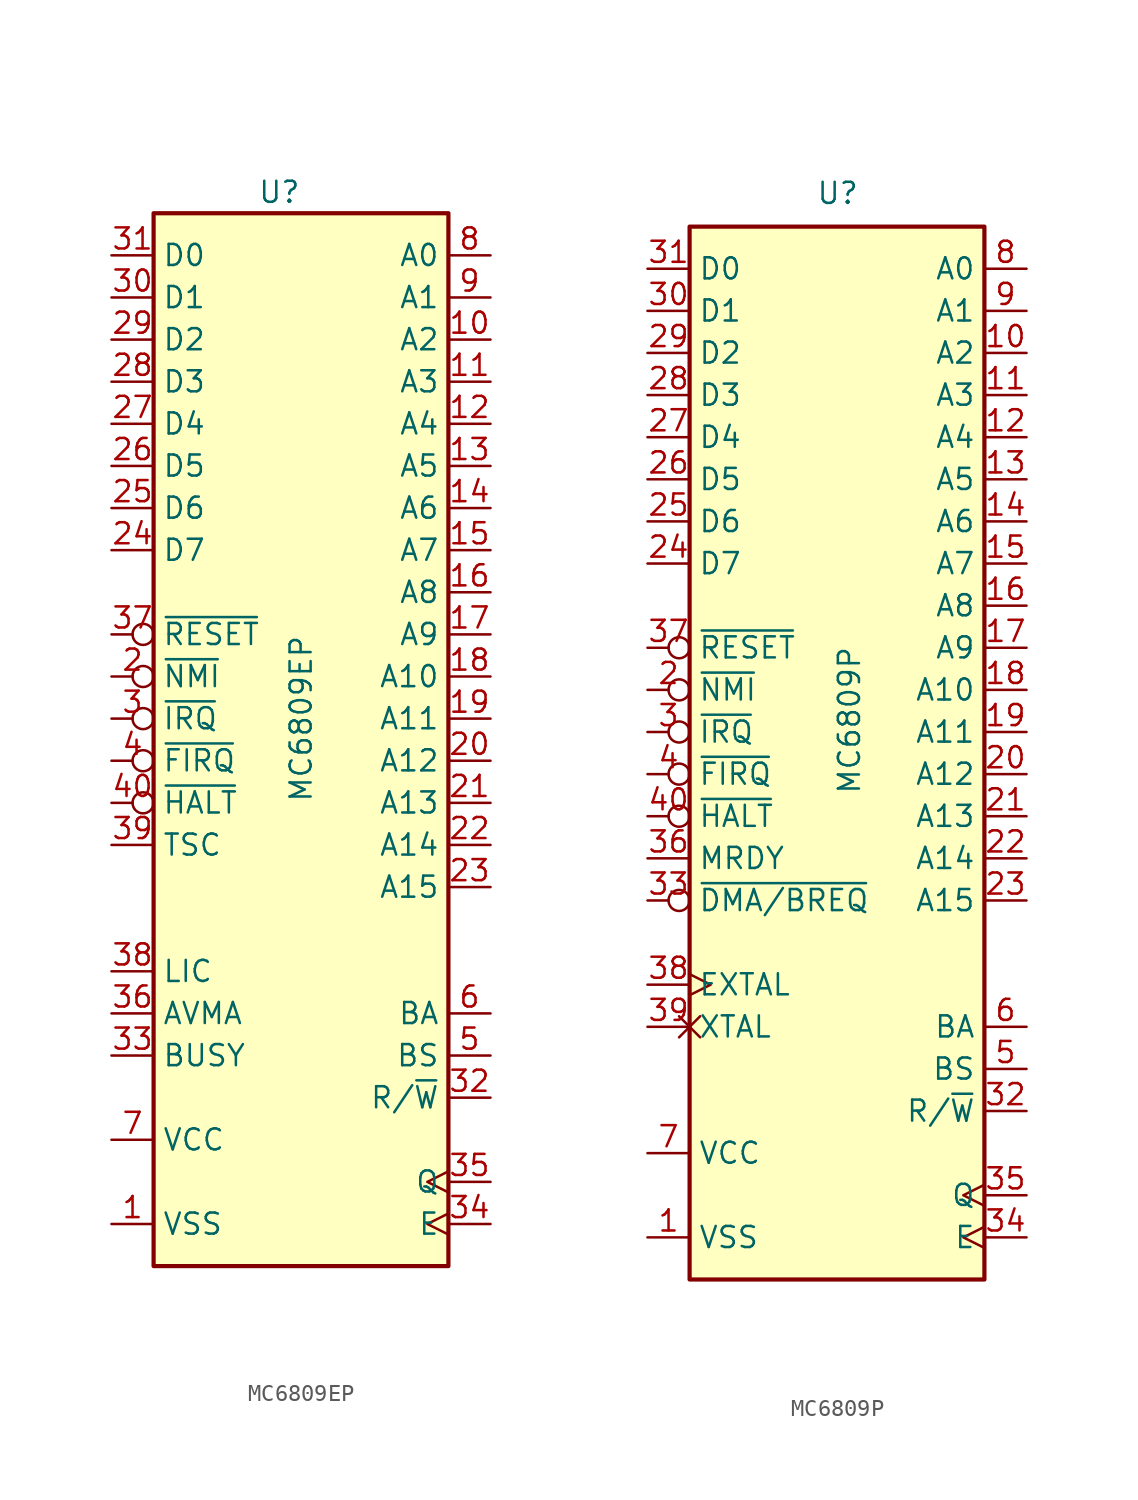
<source format=kicad_sym>
(kicad_symbol_lib
  (version 20231120)
  (generator "kicad_symbol_editor")
  (generator_version "8.0")
  (symbol "MC6809EP"
    (property "Reference" "U"
      (at 0 31.75 0)
      (effects (font (size 1.27 1.27)) (justify right)))
    (property "Value" "MC6809EP"
      (at 0 5.08 90)
      (effects (font (size 1.27 1.27)) (justify right)))
    (symbol "MC6809EP_0_1"
      (rectangle (start -8.89 -33.02) (end 8.89 30.48) (stroke (width 0.254) (type default)) (fill (type background))))
    (symbol "MC6809EP_1_1"
      (pin power_in line (at -11.43 -30.48 0) (length 2.54) (name "VSS" (effects (font (size 1.27 1.27)))) (number "1" (effects (font (size 1.27 1.27)))))
      (pin output line (at 11.43 22.86 180) (length 2.54) (name "A2" (effects (font (size 1.27 1.27)))) (number "10" (effects (font (size 1.27 1.27)))))
      (pin output line (at 11.43 20.32 180) (length 2.54) (name "A3" (effects (font (size 1.27 1.27)))) (number "11" (effects (font (size 1.27 1.27)))))
      (pin output line (at 11.43 17.78 180) (length 2.54) (name "A4" (effects (font (size 1.27 1.27)))) (number "12" (effects (font (size 1.27 1.27)))))
      (pin output line (at 11.43 15.24 180) (length 2.54) (name "A5" (effects (font (size 1.27 1.27)))) (number "13" (effects (font (size 1.27 1.27)))))
      (pin output line (at 11.43 12.7 180) (length 2.54) (name "A6" (effects (font (size 1.27 1.27)))) (number "14" (effects (font (size 1.27 1.27)))))
      (pin output line (at 11.43 10.16 180) (length 2.54) (name "A7" (effects (font (size 1.27 1.27)))) (number "15" (effects (font (size 1.27 1.27)))))
      (pin output line (at 11.43 7.62 180) (length 2.54) (name "A8" (effects (font (size 1.27 1.27)))) (number "16" (effects (font (size 1.27 1.27)))))
      (pin output line (at 11.43 5.08 180) (length 2.54) (name "A9" (effects (font (size 1.27 1.27)))) (number "17" (effects (font (size 1.27 1.27)))))
      (pin output line (at 11.43 2.54 180) (length 2.54) (name "A10" (effects (font (size 1.27 1.27)))) (number "18" (effects (font (size 1.27 1.27)))))
      (pin output line (at 11.43 0 180) (length 2.54) (name "A11" (effects (font (size 1.27 1.27)))) (number "19" (effects (font (size 1.27 1.27)))))
      (pin input inverted (at -11.43 2.54 0) (length 2.54) (name "~{NMI}" (effects (font (size 1.27 1.27)))) (number "2" (effects (font (size 1.27 1.27)))))
      (pin output line (at 11.43 -2.54 180) (length 2.54) (name "A12" (effects (font (size 1.27 1.27)))) (number "20" (effects (font (size 1.27 1.27)))))
      (pin output line (at 11.43 -5.08 180) (length 2.54) (name "A13" (effects (font (size 1.27 1.27)))) (number "21" (effects (font (size 1.27 1.27)))))
      (pin output line (at 11.43 -7.62 180) (length 2.54) (name "A14" (effects (font (size 1.27 1.27)))) (number "22" (effects (font (size 1.27 1.27)))))
      (pin output line (at 11.43 -10.16 180) (length 2.54) (name "A15" (effects (font (size 1.27 1.27)))) (number "23" (effects (font (size 1.27 1.27)))))
      (pin bidirectional line (at -11.43 10.16 0) (length 2.54) (name "D7" (effects (font (size 1.27 1.27)))) (number "24" (effects (font (size 1.27 1.27)))))
      (pin bidirectional line (at -11.43 12.7 0) (length 2.54) (name "D6" (effects (font (size 1.27 1.27)))) (number "25" (effects (font (size 1.27 1.27)))))
      (pin bidirectional line (at -11.43 15.24 0) (length 2.54) (name "D5" (effects (font (size 1.27 1.27)))) (number "26" (effects (font (size 1.27 1.27)))))
      (pin bidirectional line (at -11.43 17.78 0) (length 2.54) (name "D4" (effects (font (size 1.27 1.27)))) (number "27" (effects (font (size 1.27 1.27)))))
      (pin bidirectional line (at -11.43 20.32 0) (length 2.54) (name "D3" (effects (font (size 1.27 1.27)))) (number "28" (effects (font (size 1.27 1.27)))))
      (pin bidirectional line (at -11.43 22.86 0) (length 2.54) (name "D2" (effects (font (size 1.27 1.27)))) (number "29" (effects (font (size 1.27 1.27)))))
      (pin input inverted (at -11.43 0 0) (length 2.54) (name "~{IRQ}" (effects (font (size 1.27 1.27)))) (number "3" (effects (font (size 1.27 1.27)))))
      (pin bidirectional line (at -11.43 25.4 0) (length 2.54) (name "D1" (effects (font (size 1.27 1.27)))) (number "30" (effects (font (size 1.27 1.27)))))
      (pin bidirectional line (at -11.43 27.94 0) (length 2.54) (name "D0" (effects (font (size 1.27 1.27)))) (number "31" (effects (font (size 1.27 1.27)))))
      (pin output line (at 11.43 -22.86 180) (length 2.54) (name "R/~{W}" (effects (font (size 1.27 1.27)))) (number "32" (effects (font (size 1.27 1.27)))))
      (pin output line (at -11.43 -20.32 0) (length 2.54) (name "BUSY" (effects (font (size 1.27 1.27)))) (number "33" (effects (font (size 1.27 1.27)))))
      (pin input clock (at 11.43 -30.48 180) (length 2.54) (name "E" (effects (font (size 1.27 1.27)))) (number "34" (effects (font (size 1.27 1.27)))))
      (pin input clock (at 11.43 -27.94 180) (length 2.54) (name "Q" (effects (font (size 1.27 1.27)))) (number "35" (effects (font (size 1.27 1.27)))))
      (pin output line (at -11.43 -17.78 0) (length 2.54) (name "AVMA" (effects (font (size 1.27 1.27)))) (number "36" (effects (font (size 1.27 1.27)))))
      (pin input inverted (at -11.43 5.08 0) (length 2.54) (name "~{RESET}" (effects (font (size 1.27 1.27)))) (number "37" (effects (font (size 1.27 1.27)))))
      (pin output line (at -11.43 -15.24 0) (length 2.54) (name "LIC" (effects (font (size 1.27 1.27)))) (number "38" (effects (font (size 1.27 1.27)))))
      (pin input line (at -11.43 -7.62 0) (length 2.54) (name "TSC" (effects (font (size 1.27 1.27)))) (number "39" (effects (font (size 1.27 1.27)))))
      (pin input inverted (at -11.43 -2.54 0) (length 2.54) (name "~{FIRQ}" (effects (font (size 1.27 1.27)))) (number "4" (effects (font (size 1.27 1.27)))))
      (pin input inverted (at -11.43 -5.08 0) (length 2.54) (name "~{HALT}" (effects (font (size 1.27 1.27)))) (number "40" (effects (font (size 1.27 1.27)))))
      (pin output line (at 11.43 -20.32 180) (length 2.54) (name "BS" (effects (font (size 1.27 1.27)))) (number "5" (effects (font (size 1.27 1.27)))))
      (pin output line (at 11.43 -17.78 180) (length 2.54) (name "BA" (effects (font (size 1.27 1.27)))) (number "6" (effects (font (size 1.27 1.27)))))
      (pin power_in line (at -11.43 -25.4 0) (length 2.54) (name "VCC" (effects (font (size 1.27 1.27)))) (number "7" (effects (font (size 1.27 1.27)))))
      (pin output line (at 11.43 27.94 180) (length 2.54) (name "A0" (effects (font (size 1.27 1.27)))) (number "8" (effects (font (size 1.27 1.27)))))
      (pin output line (at 11.43 25.4 180) (length 2.54) (name "A1" (effects (font (size 1.27 1.27)))) (number "9" (effects (font (size 1.27 1.27)))))))
  (symbol "MC6809P"
    (property "Reference" "U"
      (at -1.27 31.75 0)
      (effects (font (size 1.27 1.27)) (justify left bottom)))
    (property "Value" "MC6809P"
      (at 0 -3.81 90)
      (effects (font (size 1.27 1.27)) (justify left top)))
    (symbol "MC6809P_0_1"
      (rectangle (start -8.89 -33.02) (end 8.89 30.48) (stroke (width 0.254) (type default)) (fill (type background))))
    (symbol "MC6809P_1_1"
      (pin power_in line (at -11.43 -30.48 0) (length 2.54) (name "VSS" (effects (font (size 1.27 1.27)))) (number "1" (effects (font (size 1.27 1.27)))))
      (pin output line (at 11.43 22.86 180) (length 2.54) (name "A2" (effects (font (size 1.27 1.27)))) (number "10" (effects (font (size 1.27 1.27)))))
      (pin output line (at 11.43 20.32 180) (length 2.54) (name "A3" (effects (font (size 1.27 1.27)))) (number "11" (effects (font (size 1.27 1.27)))))
      (pin output line (at 11.43 17.78 180) (length 2.54) (name "A4" (effects (font (size 1.27 1.27)))) (number "12" (effects (font (size 1.27 1.27)))))
      (pin output line (at 11.43 15.24 180) (length 2.54) (name "A5" (effects (font (size 1.27 1.27)))) (number "13" (effects (font (size 1.27 1.27)))))
      (pin output line (at 11.43 12.7 180) (length 2.54) (name "A6" (effects (font (size 1.27 1.27)))) (number "14" (effects (font (size 1.27 1.27)))))
      (pin output line (at 11.43 10.16 180) (length 2.54) (name "A7" (effects (font (size 1.27 1.27)))) (number "15" (effects (font (size 1.27 1.27)))))
      (pin output line (at 11.43 7.62 180) (length 2.54) (name "A8" (effects (font (size 1.27 1.27)))) (number "16" (effects (font (size 1.27 1.27)))))
      (pin output line (at 11.43 5.08 180) (length 2.54) (name "A9" (effects (font (size 1.27 1.27)))) (number "17" (effects (font (size 1.27 1.27)))))
      (pin output line (at 11.43 2.54 180) (length 2.54) (name "A10" (effects (font (size 1.27 1.27)))) (number "18" (effects (font (size 1.27 1.27)))))
      (pin output line (at 11.43 0 180) (length 2.54) (name "A11" (effects (font (size 1.27 1.27)))) (number "19" (effects (font (size 1.27 1.27)))))
      (pin input inverted (at -11.43 2.54 0) (length 2.54) (name "~{NMI}" (effects (font (size 1.27 1.27)))) (number "2" (effects (font (size 1.27 1.27)))))
      (pin output line (at 11.43 -2.54 180) (length 2.54) (name "A12" (effects (font (size 1.27 1.27)))) (number "20" (effects (font (size 1.27 1.27)))))
      (pin output line (at 11.43 -5.08 180) (length 2.54) (name "A13" (effects (font (size 1.27 1.27)))) (number "21" (effects (font (size 1.27 1.27)))))
      (pin output line (at 11.43 -7.62 180) (length 2.54) (name "A14" (effects (font (size 1.27 1.27)))) (number "22" (effects (font (size 1.27 1.27)))))
      (pin output line (at 11.43 -10.16 180) (length 2.54) (name "A15" (effects (font (size 1.27 1.27)))) (number "23" (effects (font (size 1.27 1.27)))))
      (pin bidirectional line (at -11.43 10.16 0) (length 2.54) (name "D7" (effects (font (size 1.27 1.27)))) (number "24" (effects (font (size 1.27 1.27)))))
      (pin bidirectional line (at -11.43 12.7 0) (length 2.54) (name "D6" (effects (font (size 1.27 1.27)))) (number "25" (effects (font (size 1.27 1.27)))))
      (pin bidirectional line (at -11.43 15.24 0) (length 2.54) (name "D5" (effects (font (size 1.27 1.27)))) (number "26" (effects (font (size 1.27 1.27)))))
      (pin bidirectional line (at -11.43 17.78 0) (length 2.54) (name "D4" (effects (font (size 1.27 1.27)))) (number "27" (effects (font (size 1.27 1.27)))))
      (pin bidirectional line (at -11.43 20.32 0) (length 2.54) (name "D3" (effects (font (size 1.27 1.27)))) (number "28" (effects (font (size 1.27 1.27)))))
      (pin bidirectional line (at -11.43 22.86 0) (length 2.54) (name "D2" (effects (font (size 1.27 1.27)))) (number "29" (effects (font (size 1.27 1.27)))))
      (pin input inverted (at -11.43 0 0) (length 2.54) (name "~{IRQ}" (effects (font (size 1.27 1.27)))) (number "3" (effects (font (size 1.27 1.27)))))
      (pin bidirectional line (at -11.43 25.4 0) (length 2.54) (name "D1" (effects (font (size 1.27 1.27)))) (number "30" (effects (font (size 1.27 1.27)))))
      (pin bidirectional line (at -11.43 27.94 0) (length 2.54) (name "D0" (effects (font (size 1.27 1.27)))) (number "31" (effects (font (size 1.27 1.27)))))
      (pin output line (at 11.43 -22.86 180) (length 2.54) (name "R/~{W}" (effects (font (size 1.27 1.27)))) (number "32" (effects (font (size 1.27 1.27)))))
      (pin input inverted (at -11.43 -10.16 0) (length 2.54) (name "~{DMA/BREQ}" (effects (font (size 1.27 1.27)))) (number "33" (effects (font (size 1.27 1.27)))))
      (pin output clock (at 11.43 -30.48 180) (length 2.54) (name "E" (effects (font (size 1.27 1.27)))) (number "34" (effects (font (size 1.27 1.27)))))
      (pin output clock (at 11.43 -27.94 180) (length 2.54) (name "Q" (effects (font (size 1.27 1.27)))) (number "35" (effects (font (size 1.27 1.27)))))
      (pin input line (at -11.43 -7.62 0) (length 2.54) (name "MRDY" (effects (font (size 1.27 1.27)))) (number "36" (effects (font (size 1.27 1.27)))))
      (pin input inverted (at -11.43 5.08 0) (length 2.54) (name "~{RESET}" (effects (font (size 1.27 1.27)))) (number "37" (effects (font (size 1.27 1.27)))))
      (pin input clock (at -11.43 -15.24 0) (length 2.54) (name "EXTAL" (effects (font (size 1.27 1.27)))) (number "38" (effects (font (size 1.27 1.27)))))
      (pin passive non_logic (at -11.43 -17.78 0) (length 2.54) (name "XTAL" (effects (font (size 1.27 1.27)))) (number "39" (effects (font (size 1.27 1.27)))))
      (pin input inverted (at -11.43 -2.54 0) (length 2.54) (name "~{FIRQ}" (effects (font (size 1.27 1.27)))) (number "4" (effects (font (size 1.27 1.27)))))
      (pin input inverted (at -11.43 -5.08 0) (length 2.54) (name "~{HALT}" (effects (font (size 1.27 1.27)))) (number "40" (effects (font (size 1.27 1.27)))))
      (pin output line (at 11.43 -20.32 180) (length 2.54) (name "BS" (effects (font (size 1.27 1.27)))) (number "5" (effects (font (size 1.27 1.27)))))
      (pin output line (at 11.43 -17.78 180) (length 2.54) (name "BA" (effects (font (size 1.27 1.27)))) (number "6" (effects (font (size 1.27 1.27)))))
      (pin power_in line (at -11.43 -25.4 0) (length 2.54) (name "VCC" (effects (font (size 1.27 1.27)))) (number "7" (effects (font (size 1.27 1.27)))))
      (pin output line (at 11.43 27.94 180) (length 2.54) (name "A0" (effects (font (size 1.27 1.27)))) (number "8" (effects (font (size 1.27 1.27)))))
      (pin output line (at 11.43 25.4 180) (length 2.54) (name "A1" (effects (font (size 1.27 1.27)))) (number "9" (effects (font (size 1.27 1.27))))))))
</source>
